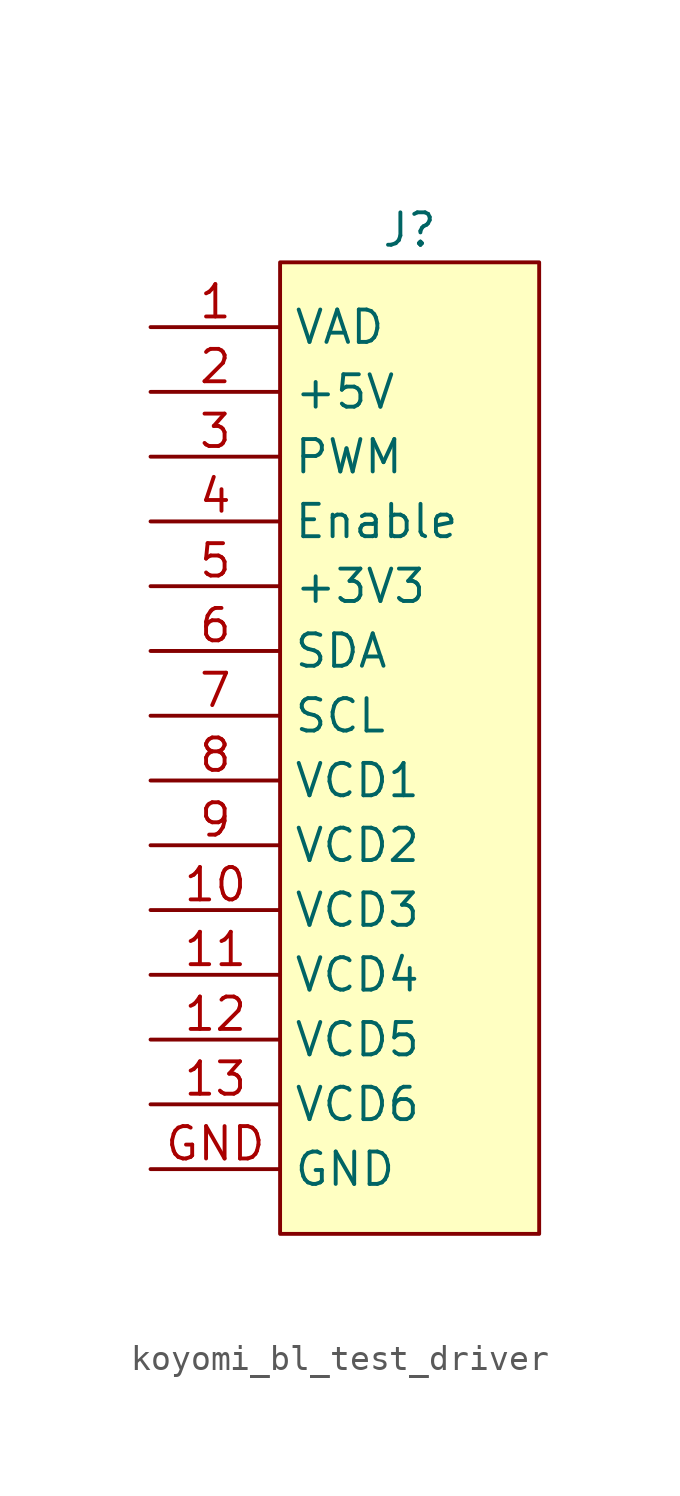
<source format=kicad_sym>
(kicad_symbol_lib
  (version 20231120)
  (generator "kicad_symbol_editor")
  (generator_version "8.0")
  (symbol "koyomi_bl_test_driver"
    (property "Reference" "J"
      (at 0 0 0)
      (effects (font (size 1.27 1.27))))
    (property "Value" ""
      (at 0 0 0)
      (effects (font (size 1.27 1.27))))
    (symbol "koyomi_bl_test_driver_1_1"
      (rectangle (start -5.08 -1.27) (end 5.08 -39.37) (stroke (width 0) (type default)) (fill (type background)))
      (pin output line (at -10.16 -3.81 0) (length 5.08) (name "VAD" (effects (font (size 1.27 1.27)))) (number "1" (effects (font (size 1.27 1.27)))))
      (pin passive line (at -10.16 -26.67 0) (length 5.08) (name "VCD3" (effects (font (size 1.27 1.27)))) (number "10" (effects (font (size 1.27 1.27)))))
      (pin passive line (at -10.16 -29.21 0) (length 5.08) (name "VCD4" (effects (font (size 1.27 1.27)))) (number "11" (effects (font (size 1.27 1.27)))))
      (pin passive line (at -10.16 -31.75 0) (length 5.08) (name "VCD5" (effects (font (size 1.27 1.27)))) (number "12" (effects (font (size 1.27 1.27)))))
      (pin passive line (at -10.16 -34.29 0) (length 5.08) (name "VCD6" (effects (font (size 1.27 1.27)))) (number "13" (effects (font (size 1.27 1.27)))))
      (pin passive line (at -10.16 -6.35 0) (length 5.08) (name "+5V" (effects (font (size 1.27 1.27)))) (number "2" (effects (font (size 1.27 1.27)))))
      (pin input line (at -10.16 -8.89 0) (length 5.08) (name "PWM" (effects (font (size 1.27 1.27)))) (number "3" (effects (font (size 1.27 1.27)))))
      (pin passive line (at -10.16 -11.43 0) (length 5.08) (name "Enable" (effects (font (size 1.27 1.27)))) (number "4" (effects (font (size 1.27 1.27)))))
      (pin passive line (at -10.16 -13.97 0) (length 5.08) (name "+3V3" (effects (font (size 1.27 1.27)))) (number "5" (effects (font (size 1.27 1.27)))))
      (pin bidirectional line (at -10.16 -16.51 0) (length 5.08) (name "SDA" (effects (font (size 1.27 1.27)))) (number "6" (effects (font (size 1.27 1.27)))))
      (pin bidirectional line (at -10.16 -19.05 0) (length 5.08) (name "SCL" (effects (font (size 1.27 1.27)))) (number "7" (effects (font (size 1.27 1.27)))))
      (pin passive line (at -10.16 -21.59 0) (length 5.08) (name "VCD1" (effects (font (size 1.27 1.27)))) (number "8" (effects (font (size 1.27 1.27)))))
      (pin passive line (at -10.16 -24.13 0) (length 5.08) (name "VCD2" (effects (font (size 1.27 1.27)))) (number "9" (effects (font (size 1.27 1.27)))))
      (pin passive line (at -10.16 -36.83 0) (length 5.08) (name "GND" (effects (font (size 1.27 1.27)))) (number "GND" (effects (font (size 1.27 1.27))))))))
</source>
